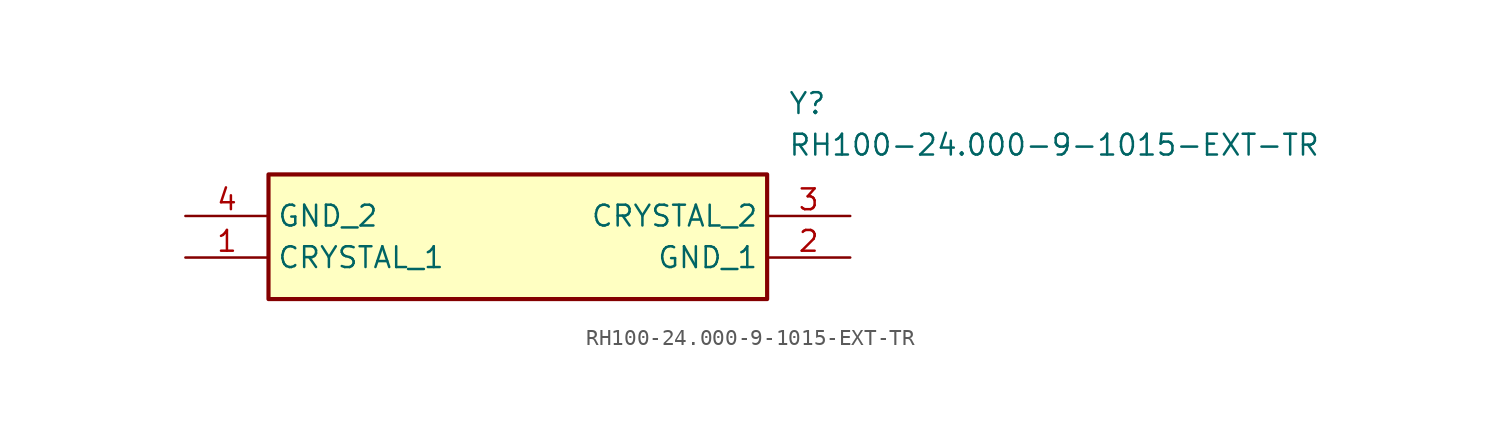
<source format=kicad_sym>
(kicad_symbol_lib
  (version 20241209)
  (generator "kicad_symbol_editor")
  (generator_version "9.0")
  (symbol "RH100-24.000-9-1015-EXT-TR"
    (property "Reference" "Y"
      (at 36.83 7.62 0)
      (effects (font (size 1.27 1.27)) (justify left top)))
    (property "Value" "RH100-24.000-9-1015-EXT-TR"
      (at 36.83 5.08 0)
      (effects (font (size 1.27 1.27)) (justify left top)))
    (symbol "RH100-24.000-9-1015-EXT-TR_1_1"
      (rectangle (start 5.08 2.54) (end 35.56 -5.08) (stroke (width 0.254) (type default)) (fill (type background)))
      (pin passive line (at 0 0 0) (length 5.08) (name "GND_2" (effects (font (size 1.27 1.27)))) (number "4" (effects (font (size 1.27 1.27)))))
      (pin passive line (at 0 -2.54 0) (length 5.08) (name "CRYSTAL_1" (effects (font (size 1.27 1.27)))) (number "1" (effects (font (size 1.27 1.27)))))
      (pin passive line (at 40.64 0 180) (length 5.08) (name "CRYSTAL_2" (effects (font (size 1.27 1.27)))) (number "3" (effects (font (size 1.27 1.27)))))
      (pin passive line (at 40.64 -2.54 180) (length 5.08) (name "GND_1" (effects (font (size 1.27 1.27)))) (number "2" (effects (font (size 1.27 1.27))))))))
</source>
